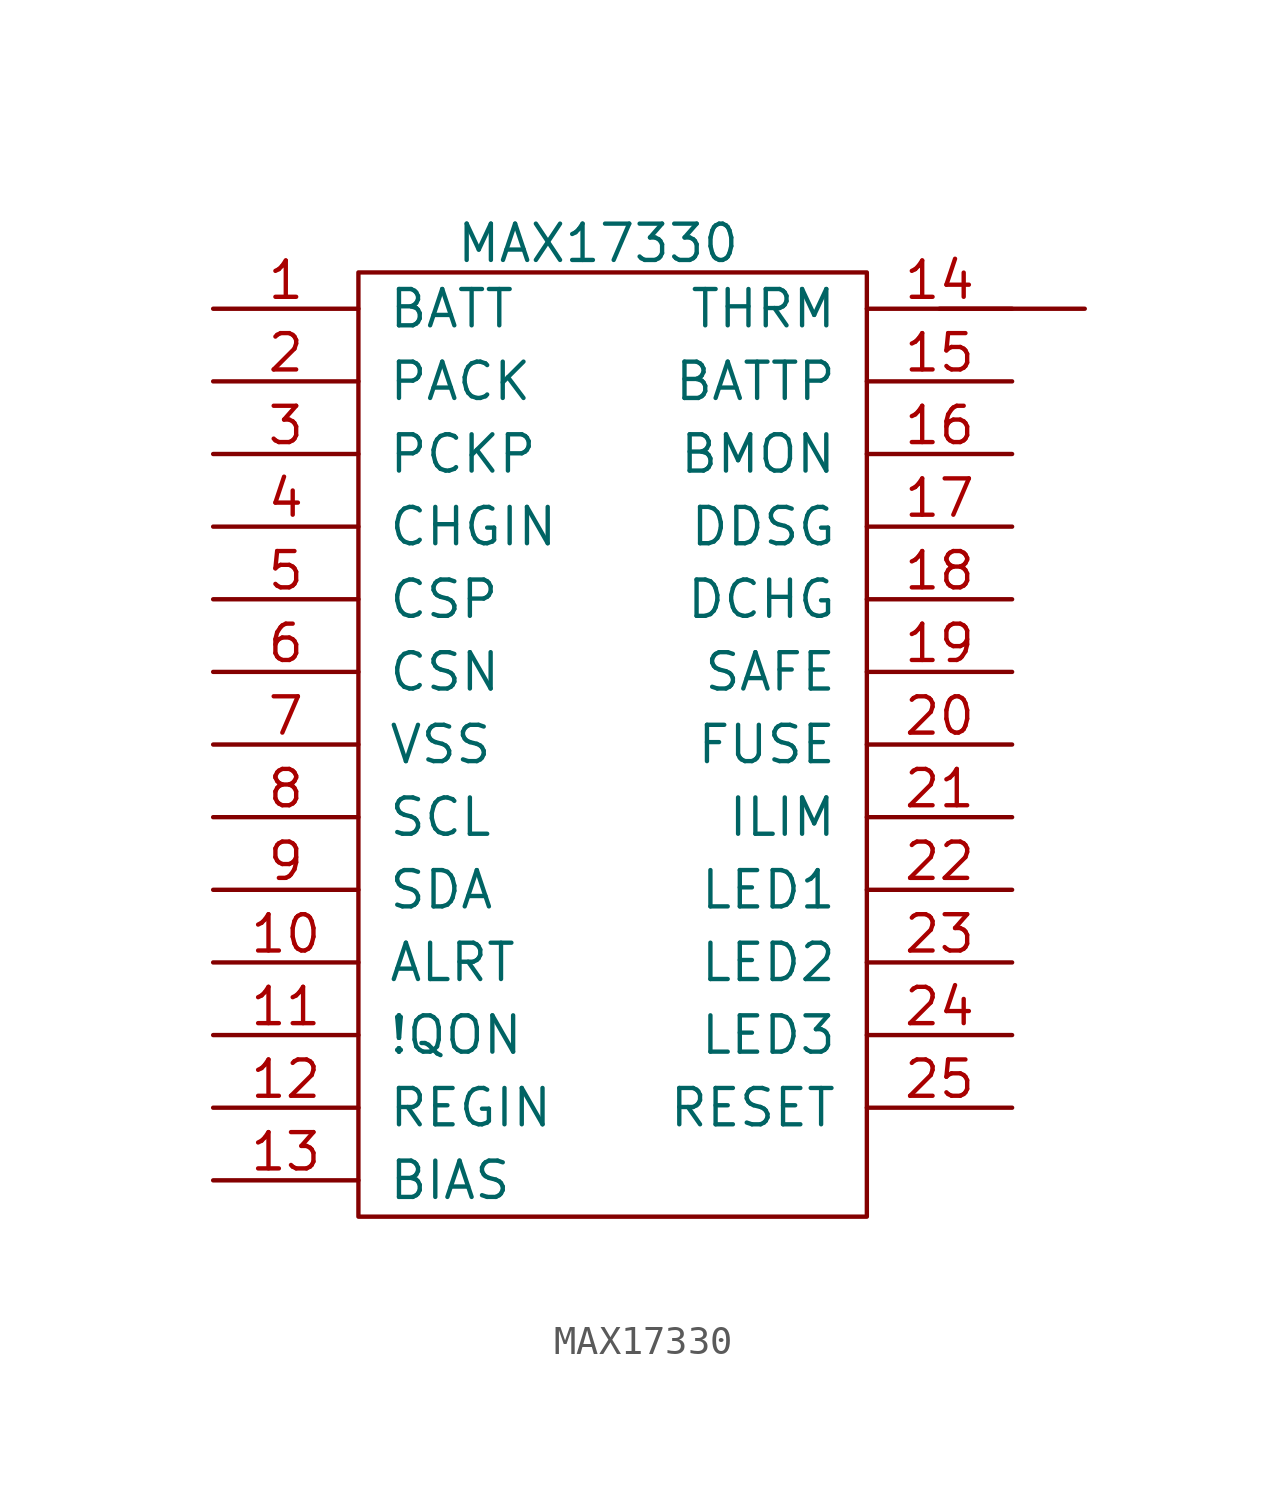
<source format=kicad_sym>
(kicad_symbol_lib
  (version 20241209)
  (generator "kicad_symbol_editor")
  (generator_version "9.0")
  (symbol "MAX17330"
    (pin_names
      (offset 1.016))
    (property "Reference" "U"
      (at -18.542 22.606 0)
      (do_not_autoplace)
      (effects (font (size 1.27 1.27)) (hide yes)))
    (property "Value" "MAX17330"
      (at -10.668 22.606 0)
      (do_not_autoplace)
      (effects (font (size 1.27 1.27))))
    (symbol "MAX17330_0_1"
      (rectangle (start -19.05 21.59) (end -1.27 -11.43) (stroke (width 0) (type default)) (fill (type none)))
      (polyline (pts (xy 1.27 20.32) (xy 6.35 20.32)) (stroke (width 0) (type solid)) (fill (type none))))
    (symbol "MAX17330_1_1"
      (pin passive line (at -24.13 20.32 0) (length 5.08) (name "BATT" (effects (font (size 1.27 1.27)))) (number "1" (effects (font (size 1.27 1.27)))))
      (pin passive line (at -24.13 17.78 0) (length 5.08) (name "PACK" (effects (font (size 1.27 1.27)))) (number "2" (effects (font (size 1.27 1.27)))))
      (pin passive line (at -24.13 15.24 0) (length 5.08) (name "PCKP" (effects (font (size 1.27 1.27)))) (number "3" (effects (font (size 1.27 1.27)))))
      (pin passive line (at -24.13 12.7 0) (length 5.08) (name "CHGIN" (effects (font (size 1.27 1.27)))) (number "4" (effects (font (size 1.27 1.27)))))
      (pin passive line (at -24.13 10.16 0) (length 5.08) (name "CSP" (effects (font (size 1.27 1.27)))) (number "5" (effects (font (size 1.27 1.27)))))
      (pin passive line (at -24.13 7.62 0) (length 5.08) (name "CSN" (effects (font (size 1.27 1.27)))) (number "6" (effects (font (size 1.27 1.27)))))
      (pin passive line (at -24.13 5.08 0) (length 5.08) (name "VSS" (effects (font (size 1.27 1.27)))) (number "7" (effects (font (size 1.27 1.27)))))
      (pin input line (at -24.13 2.54 0) (length 5.08) (name "SCL" (effects (font (size 1.27 1.27)))) (number "8" (effects (font (size 1.27 1.27)))))
      (pin input line (at -24.13 0 0) (length 5.08) (name "SDA" (effects (font (size 1.27 1.27)))) (number "9" (effects (font (size 1.27 1.27)))))
      (pin output line (at -24.13 -2.54 0) (length 5.08) (name "ALRT" (effects (font (size 1.27 1.27)))) (number "10" (effects (font (size 1.27 1.27)))))
      (pin input line (at -24.13 -5.08 0) (length 5.08) (name "!QON" (effects (font (size 1.27 1.27)))) (number "11" (effects (font (size 1.27 1.27)))))
      (pin passive line (at -24.13 -7.62 0) (length 5.08) (name "REGIN" (effects (font (size 1.27 1.27)))) (number "12" (effects (font (size 1.27 1.27)))))
      (pin passive line (at -24.13 -10.16 0) (length 5.08) (name "BIAS" (effects (font (size 1.27 1.27)))) (number "13" (effects (font (size 1.27 1.27)))))
      (pin input line (at 3.81 20.32 180) (length 5.08) (name "THRM" (effects (font (size 1.27 1.27)))) (number "14" (effects (font (size 1.27 1.27)))))
      (pin passive line (at 3.81 17.78 180) (length 5.08) (name "BATTP" (effects (font (size 1.27 1.27)))) (number "15" (effects (font (size 1.27 1.27)))))
      (pin passive line (at 3.81 15.24 180) (length 5.08) (name "BMON" (effects (font (size 1.27 1.27)))) (number "16" (effects (font (size 1.27 1.27)))))
      (pin output line (at 3.81 12.7 180) (length 5.08) (name "DDSG" (effects (font (size 1.27 1.27)))) (number "17" (effects (font (size 1.27 1.27)))))
      (pin output line (at 3.81 10.16 180) (length 5.08) (name "DCHG" (effects (font (size 1.27 1.27)))) (number "18" (effects (font (size 1.27 1.27)))))
      (pin input line (at 3.81 7.62 180) (length 5.08) (name "SAFE" (effects (font (size 1.27 1.27)))) (number "19" (effects (font (size 1.27 1.27)))))
      (pin output line (at 3.81 5.08 180) (length 5.08) (name "FUSE" (effects (font (size 1.27 1.27)))) (number "20" (effects (font (size 1.27 1.27)))))
      (pin passive line (at 3.81 2.54 180) (length 5.08) (name "ILIM" (effects (font (size 1.27 1.27)))) (number "21" (effects (font (size 1.27 1.27)))))
      (pin output line (at 3.81 0 180) (length 5.08) (name "LED1" (effects (font (size 1.27 1.27)))) (number "22" (effects (font (size 1.27 1.27)))))
      (pin output line (at 3.81 -2.54 180) (length 5.08) (name "LED2" (effects (font (size 1.27 1.27)))) (number "23" (effects (font (size 1.27 1.27)))))
      (pin output line (at 3.81 -5.08 180) (length 5.08) (name "LED3" (effects (font (size 1.27 1.27)))) (number "24" (effects (font (size 1.27 1.27)))))
      (pin input line (at 3.81 -7.62 180) (length 5.08) (name "RESET" (effects (font (size 1.27 1.27)))) (number "25" (effects (font (size 1.27 1.27))))))))
</source>
